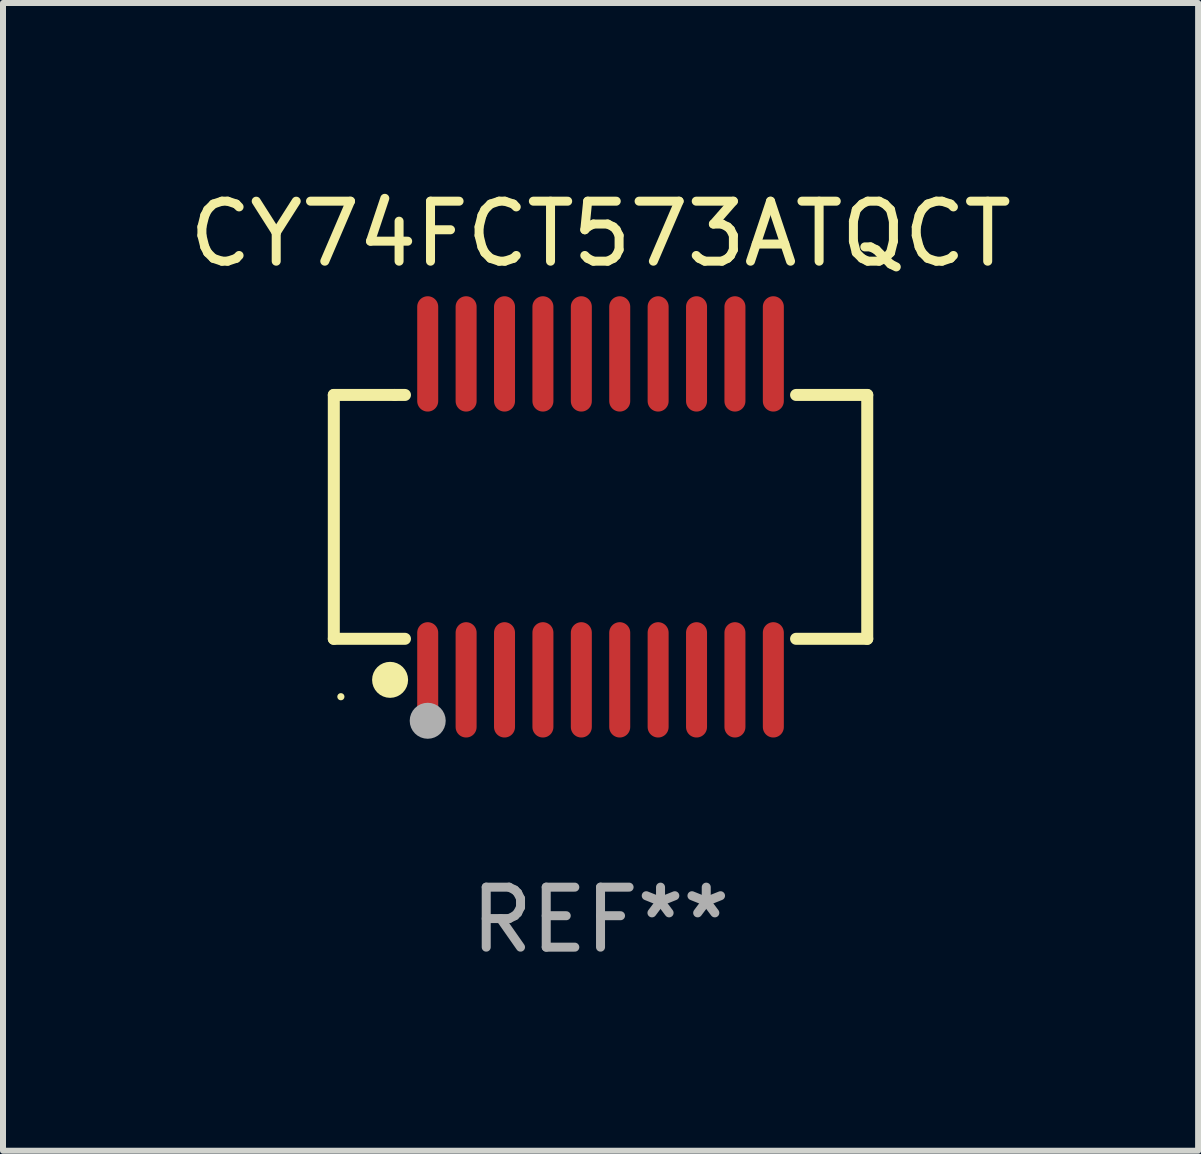
<source format=kicad_pcb>
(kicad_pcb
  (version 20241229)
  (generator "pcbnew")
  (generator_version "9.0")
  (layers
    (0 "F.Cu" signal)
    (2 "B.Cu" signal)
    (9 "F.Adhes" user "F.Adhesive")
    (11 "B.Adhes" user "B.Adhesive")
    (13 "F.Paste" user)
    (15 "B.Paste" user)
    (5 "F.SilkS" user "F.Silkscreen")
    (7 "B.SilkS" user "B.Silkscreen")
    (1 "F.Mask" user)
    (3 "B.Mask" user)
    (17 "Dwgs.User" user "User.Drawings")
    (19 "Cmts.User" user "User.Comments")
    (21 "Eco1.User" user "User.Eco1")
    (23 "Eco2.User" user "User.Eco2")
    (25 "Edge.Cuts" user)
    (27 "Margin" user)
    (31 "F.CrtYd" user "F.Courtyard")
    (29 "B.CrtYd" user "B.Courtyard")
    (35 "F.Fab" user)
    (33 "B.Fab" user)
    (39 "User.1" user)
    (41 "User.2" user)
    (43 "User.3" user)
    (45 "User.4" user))
  (footprint "CY74FCT573ATQCT"
    (layer "F.Cu")
    (at 6.958 5.564)
    (property "Reference" "CY74FCT573ATQCT" (at 0 -4.716 0) (layer "F.SilkS") (effects (font (size 1 1) (thickness 0.15))))
    (attr through_hole)
    (fp_line (start -4.445 -2.032) (end -4.445 2.032) (stroke (width 0.2) (type solid)) (layer "F.SilkS"))
    (fp_line (start -4.445 2.032) (end -3.259 2.032) (stroke (width 0.2) (type solid)) (layer "F.SilkS"))
    (fp_line (start -3.429 -2.032) (end -4.445 -2.032) (stroke (width 0.2) (type solid)) (layer "F.SilkS"))
    (fp_line (start -3.259 -2.032) (end -3.429 -2.032) (stroke (width 0.2) (type solid)) (layer "F.SilkS"))
    (fp_line (start 3.259 2.032) (end 4.445 2.032) (stroke (width 0.2) (type solid)) (layer "F.SilkS"))
    (fp_line (start 4.445 -2.032) (end 3.259 -2.032) (stroke (width 0.2) (type solid)) (layer "F.SilkS"))
    (fp_line (start 4.445 2.032) (end 4.445 -2.032) (stroke (width 0.2) (type solid)) (layer "F.SilkS"))
    (fp_circle (center -4.327 2.997) (end -4.297 2.997) (stroke (width 0.06) (type solid)) (fill no) (layer "F.SilkS"))
    (fp_circle (center -3.507 2.716) (end -3.357 2.716) (stroke (width 0.3) (type solid)) (fill no) (layer "F.SilkS"))
    (fp_circle (center -2.88 3.398) (end -2.73 3.398) (stroke (width 0.3) (type solid)) (fill no) (layer "F.Fab"))
    (fp_text user "REF**" (at 0 6.716 0) (layer "F.Fab") (effects (font (size 1 1) (thickness 0.15))))
    (pad "1" smd oval (at -2.88 2.716) (size 0.35 1.922) (layers "F.Cu" "F.Mask" "F.Paste"))
    (pad "2" smd oval (at -2.24 2.716) (size 0.35 1.922) (layers "F.Cu" "F.Mask" "F.Paste"))
    (pad "3" smd oval (at -1.6 2.716) (size 0.35 1.922) (layers "F.Cu" "F.Mask" "F.Paste"))
    (pad "4" smd oval (at -0.96 2.716) (size 0.35 1.922) (layers "F.Cu" "F.Mask" "F.Paste"))
    (pad "5" smd oval (at -0.32 2.716) (size 0.35 1.922) (layers "F.Cu" "F.Mask" "F.Paste"))
    (pad "6" smd oval (at 0.32 2.716) (size 0.35 1.922) (layers "F.Cu" "F.Mask" "F.Paste"))
    (pad "7" smd oval (at 0.96 2.716) (size 0.35 1.922) (layers "F.Cu" "F.Mask" "F.Paste"))
    (pad "8" smd oval (at 1.6 2.716) (size 0.35 1.922) (layers "F.Cu" "F.Mask" "F.Paste"))
    (pad "9" smd oval (at 2.24 2.716) (size 0.35 1.922) (layers "F.Cu" "F.Mask" "F.Paste"))
    (pad "10" smd oval (at 2.88 2.716) (size 0.35 1.922) (layers "F.Cu" "F.Mask" "F.Paste"))
    (pad "11" smd oval (at 2.88 -2.716) (size 0.35 1.922) (layers "F.Cu" "F.Mask" "F.Paste"))
    (pad "12" smd oval (at 2.24 -2.716) (size 0.35 1.922) (layers "F.Cu" "F.Mask" "F.Paste"))
    (pad "13" smd oval (at 1.6 -2.716) (size 0.35 1.922) (layers "F.Cu" "F.Mask" "F.Paste"))
    (pad "14" smd oval (at 0.96 -2.716) (size 0.35 1.922) (layers "F.Cu" "F.Mask" "F.Paste"))
    (pad "15" smd oval (at 0.32 -2.716) (size 0.35 1.922) (layers "F.Cu" "F.Mask" "F.Paste"))
    (pad "16" smd oval (at -0.32 -2.716) (size 0.35 1.922) (layers "F.Cu" "F.Mask" "F.Paste"))
    (pad "17" smd oval (at -0.96 -2.716) (size 0.35 1.922) (layers "F.Cu" "F.Mask" "F.Paste"))
    (pad "18" smd oval (at -1.6 -2.716) (size 0.35 1.922) (layers "F.Cu" "F.Mask" "F.Paste"))
    (pad "19" smd oval (at -2.24 -2.716) (size 0.35 1.922) (layers "F.Cu" "F.Mask" "F.Paste"))
    (pad "20" smd oval (at -2.88 -2.716) (size 0.35 1.922) (layers "F.Cu" "F.Mask" "F.Paste")))
  (gr_rect
    (start -3 -3)
    (end 16.917 16.128)
    (stroke (width 0.1) (type default))
    (fill no)
    (layer "Edge.Cuts")))
</source>
